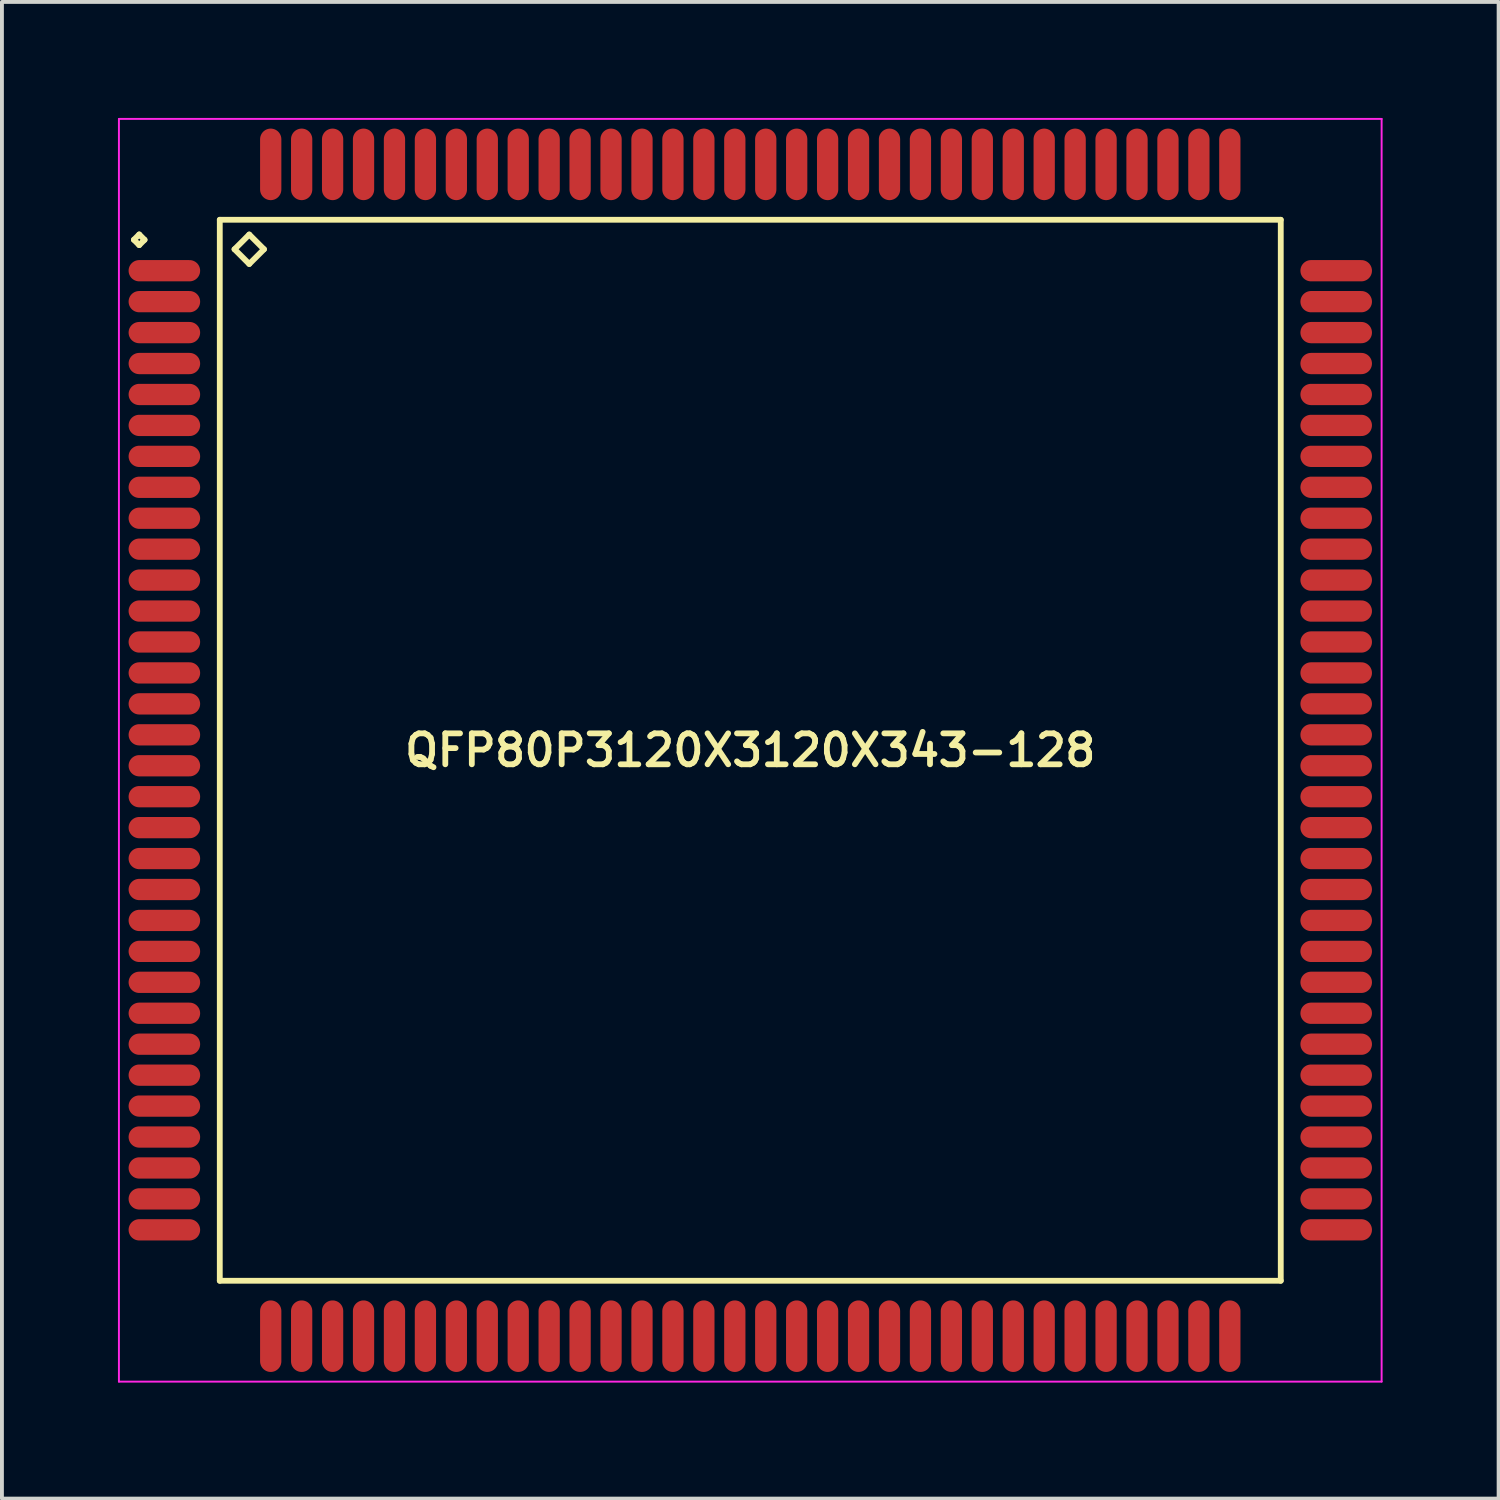
<source format=kicad_pcb>
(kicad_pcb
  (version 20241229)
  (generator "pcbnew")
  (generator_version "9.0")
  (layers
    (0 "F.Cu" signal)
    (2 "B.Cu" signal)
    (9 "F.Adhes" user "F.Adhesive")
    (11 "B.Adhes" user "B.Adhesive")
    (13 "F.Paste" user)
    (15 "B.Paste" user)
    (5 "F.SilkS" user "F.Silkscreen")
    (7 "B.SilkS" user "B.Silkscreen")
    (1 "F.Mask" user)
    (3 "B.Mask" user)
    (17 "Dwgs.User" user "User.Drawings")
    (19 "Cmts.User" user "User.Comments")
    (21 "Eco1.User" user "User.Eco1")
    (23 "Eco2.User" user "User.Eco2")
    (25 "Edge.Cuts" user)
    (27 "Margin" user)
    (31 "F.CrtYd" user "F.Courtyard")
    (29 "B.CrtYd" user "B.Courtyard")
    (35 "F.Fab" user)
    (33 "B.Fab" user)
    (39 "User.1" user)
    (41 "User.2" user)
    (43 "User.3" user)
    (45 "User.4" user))
  (footprint "QFP80P3120X3120X343-128"
    (layer "F.Cu")
    (at 16.35 16.35)
    (property "Reference" "QFP80P3120X3120X343-128" (at 0 0 0) (layer "F.SilkS") (effects (font (size 0.8 0.8) (thickness 0.15))))
    (attr smd)
    (fp_line (start -15.938 -13.2) (end -15.8 -13.338) (stroke (width 0.15) (type solid)) (layer "F.SilkS"))
    (fp_line (start -15.8 -13.338) (end -15.662 -13.2) (stroke (width 0.15) (type solid)) (layer "F.SilkS"))
    (fp_line (start -15.8 -13.062) (end -15.938 -13.2) (stroke (width 0.15) (type solid)) (layer "F.SilkS"))
    (fp_line (start -15.662 -13.2) (end -15.8 -13.062) (stroke (width 0.15) (type solid)) (layer "F.SilkS"))
    (fp_line (start -13.717 -13.717) (end -13.717 13.717) (stroke (width 0.15) (type solid)) (layer "F.SilkS"))
    (fp_line (start -13.717 13.717) (end 13.717 13.717) (stroke (width 0.15) (type solid)) (layer "F.SilkS"))
    (fp_line (start -13.336 -12.955) (end -12.955 -13.336) (stroke (width 0.15) (type solid)) (layer "F.SilkS"))
    (fp_line (start -12.955 -13.336) (end -12.574 -12.955) (stroke (width 0.15) (type solid)) (layer "F.SilkS"))
    (fp_line (start -12.955 -12.574) (end -13.336 -12.955) (stroke (width 0.15) (type solid)) (layer "F.SilkS"))
    (fp_line (start -12.574 -12.955) (end -12.955 -12.574) (stroke (width 0.15) (type solid)) (layer "F.SilkS"))
    (fp_line (start 13.717 -13.717) (end -13.717 -13.717) (stroke (width 0.15) (type solid)) (layer "F.SilkS"))
    (fp_line (start 13.717 13.717) (end 13.717 -13.717) (stroke (width 0.15) (type solid)) (layer "F.SilkS"))
    (fp_line (start -16.325 -16.325) (end 16.325 -16.325) (stroke (width 0.05) (type solid)) (layer "F.CrtYd"))
    (fp_line (start -16.325 16.325) (end -16.325 -16.325) (stroke (width 0.05) (type solid)) (layer "F.CrtYd"))
    (fp_line (start 16.325 -16.325) (end 16.325 16.325) (stroke (width 0.05) (type solid)) (layer "F.CrtYd"))
    (fp_line (start 16.325 16.325) (end -16.325 16.325) (stroke (width 0.05) (type solid)) (layer "F.CrtYd"))
    (pad "1" smd oval (at -15.15 -12.4) (size 1.85 0.55) (layers "F.Cu" "F.Mask" "F.Paste"))
    (pad "2" smd oval (at -15.15 -11.6) (size 1.85 0.55) (layers "F.Cu" "F.Mask" "F.Paste"))
    (pad "3" smd oval (at -15.15 -10.8) (size 1.85 0.55) (layers "F.Cu" "F.Mask" "F.Paste"))
    (pad "4" smd oval (at -15.15 -10) (size 1.85 0.55) (layers "F.Cu" "F.Mask" "F.Paste"))
    (pad "5" smd oval (at -15.15 -9.2) (size 1.85 0.55) (layers "F.Cu" "F.Mask" "F.Paste"))
    (pad "6" smd oval (at -15.15 -8.4) (size 1.85 0.55) (layers "F.Cu" "F.Mask" "F.Paste"))
    (pad "7" smd oval (at -15.15 -7.6) (size 1.85 0.55) (layers "F.Cu" "F.Mask" "F.Paste"))
    (pad "8" smd oval (at -15.15 -6.8) (size 1.85 0.55) (layers "F.Cu" "F.Mask" "F.Paste"))
    (pad "9" smd oval (at -15.15 -6) (size 1.85 0.55) (layers "F.Cu" "F.Mask" "F.Paste"))
    (pad "10" smd oval (at -15.15 -5.2) (size 1.85 0.55) (layers "F.Cu" "F.Mask" "F.Paste"))
    (pad "11" smd oval (at -15.15 -4.4) (size 1.85 0.55) (layers "F.Cu" "F.Mask" "F.Paste"))
    (pad "12" smd oval (at -15.15 -3.6) (size 1.85 0.55) (layers "F.Cu" "F.Mask" "F.Paste"))
    (pad "13" smd oval (at -15.15 -2.8) (size 1.85 0.55) (layers "F.Cu" "F.Mask" "F.Paste"))
    (pad "14" smd oval (at -15.15 -2) (size 1.85 0.55) (layers "F.Cu" "F.Mask" "F.Paste"))
    (pad "15" smd oval (at -15.15 -1.2) (size 1.85 0.55) (layers "F.Cu" "F.Mask" "F.Paste"))
    (pad "16" smd oval (at -15.15 -0.4) (size 1.85 0.55) (layers "F.Cu" "F.Mask" "F.Paste"))
    (pad "17" smd oval (at -15.15 0.4) (size 1.85 0.55) (layers "F.Cu" "F.Mask" "F.Paste"))
    (pad "18" smd oval (at -15.15 1.2) (size 1.85 0.55) (layers "F.Cu" "F.Mask" "F.Paste"))
    (pad "19" smd oval (at -15.15 2) (size 1.85 0.55) (layers "F.Cu" "F.Mask" "F.Paste"))
    (pad "20" smd oval (at -15.15 2.8) (size 1.85 0.55) (layers "F.Cu" "F.Mask" "F.Paste"))
    (pad "21" smd oval (at -15.15 3.6) (size 1.85 0.55) (layers "F.Cu" "F.Mask" "F.Paste"))
    (pad "22" smd oval (at -15.15 4.4) (size 1.85 0.55) (layers "F.Cu" "F.Mask" "F.Paste"))
    (pad "23" smd oval (at -15.15 5.2) (size 1.85 0.55) (layers "F.Cu" "F.Mask" "F.Paste"))
    (pad "24" smd oval (at -15.15 6) (size 1.85 0.55) (layers "F.Cu" "F.Mask" "F.Paste"))
    (pad "25" smd oval (at -15.15 6.8) (size 1.85 0.55) (layers "F.Cu" "F.Mask" "F.Paste"))
    (pad "26" smd oval (at -15.15 7.6) (size 1.85 0.55) (layers "F.Cu" "F.Mask" "F.Paste"))
    (pad "27" smd oval (at -15.15 8.4) (size 1.85 0.55) (layers "F.Cu" "F.Mask" "F.Paste"))
    (pad "28" smd oval (at -15.15 9.2) (size 1.85 0.55) (layers "F.Cu" "F.Mask" "F.Paste"))
    (pad "29" smd oval (at -15.15 10) (size 1.85 0.55) (layers "F.Cu" "F.Mask" "F.Paste"))
    (pad "30" smd oval (at -15.15 10.8) (size 1.85 0.55) (layers "F.Cu" "F.Mask" "F.Paste"))
    (pad "31" smd oval (at -15.15 11.6) (size 1.85 0.55) (layers "F.Cu" "F.Mask" "F.Paste"))
    (pad "32" smd oval (at -15.15 12.4) (size 1.85 0.55) (layers "F.Cu" "F.Mask" "F.Paste"))
    (pad "33" smd oval (at -12.4 15.15) (size 0.55 1.85) (layers "F.Cu" "F.Mask" "F.Paste"))
    (pad "34" smd oval (at -11.6 15.15) (size 0.55 1.85) (layers "F.Cu" "F.Mask" "F.Paste"))
    (pad "35" smd oval (at -10.8 15.15) (size 0.55 1.85) (layers "F.Cu" "F.Mask" "F.Paste"))
    (pad "36" smd oval (at -10 15.15) (size 0.55 1.85) (layers "F.Cu" "F.Mask" "F.Paste"))
    (pad "37" smd oval (at -9.2 15.15) (size 0.55 1.85) (layers "F.Cu" "F.Mask" "F.Paste"))
    (pad "38" smd oval (at -8.4 15.15) (size 0.55 1.85) (layers "F.Cu" "F.Mask" "F.Paste"))
    (pad "39" smd oval (at -7.6 15.15) (size 0.55 1.85) (layers "F.Cu" "F.Mask" "F.Paste"))
    (pad "40" smd oval (at -6.8 15.15) (size 0.55 1.85) (layers "F.Cu" "F.Mask" "F.Paste"))
    (pad "41" smd oval (at -6 15.15) (size 0.55 1.85) (layers "F.Cu" "F.Mask" "F.Paste"))
    (pad "42" smd oval (at -5.2 15.15) (size 0.55 1.85) (layers "F.Cu" "F.Mask" "F.Paste"))
    (pad "43" smd oval (at -4.4 15.15) (size 0.55 1.85) (layers "F.Cu" "F.Mask" "F.Paste"))
    (pad "44" smd oval (at -3.6 15.15) (size 0.55 1.85) (layers "F.Cu" "F.Mask" "F.Paste"))
    (pad "45" smd oval (at -2.8 15.15) (size 0.55 1.85) (layers "F.Cu" "F.Mask" "F.Paste"))
    (pad "46" smd oval (at -2 15.15) (size 0.55 1.85) (layers "F.Cu" "F.Mask" "F.Paste"))
    (pad "47" smd oval (at -1.2 15.15) (size 0.55 1.85) (layers "F.Cu" "F.Mask" "F.Paste"))
    (pad "48" smd oval (at -0.4 15.15) (size 0.55 1.85) (layers "F.Cu" "F.Mask" "F.Paste"))
    (pad "49" smd oval (at 0.4 15.15) (size 0.55 1.85) (layers "F.Cu" "F.Mask" "F.Paste"))
    (pad "50" smd oval (at 1.2 15.15) (size 0.55 1.85) (layers "F.Cu" "F.Mask" "F.Paste"))
    (pad "51" smd oval (at 2 15.15) (size 0.55 1.85) (layers "F.Cu" "F.Mask" "F.Paste"))
    (pad "52" smd oval (at 2.8 15.15) (size 0.55 1.85) (layers "F.Cu" "F.Mask" "F.Paste"))
    (pad "53" smd oval (at 3.6 15.15) (size 0.55 1.85) (layers "F.Cu" "F.Mask" "F.Paste"))
    (pad "54" smd oval (at 4.4 15.15) (size 0.55 1.85) (layers "F.Cu" "F.Mask" "F.Paste"))
    (pad "55" smd oval (at 5.2 15.15) (size 0.55 1.85) (layers "F.Cu" "F.Mask" "F.Paste"))
    (pad "56" smd oval (at 6 15.15) (size 0.55 1.85) (layers "F.Cu" "F.Mask" "F.Paste"))
    (pad "57" smd oval (at 6.8 15.15) (size 0.55 1.85) (layers "F.Cu" "F.Mask" "F.Paste"))
    (pad "58" smd oval (at 7.6 15.15) (size 0.55 1.85) (layers "F.Cu" "F.Mask" "F.Paste"))
    (pad "59" smd oval (at 8.4 15.15) (size 0.55 1.85) (layers "F.Cu" "F.Mask" "F.Paste"))
    (pad "60" smd oval (at 9.2 15.15) (size 0.55 1.85) (layers "F.Cu" "F.Mask" "F.Paste"))
    (pad "61" smd oval (at 10 15.15) (size 0.55 1.85) (layers "F.Cu" "F.Mask" "F.Paste"))
    (pad "62" smd oval (at 10.8 15.15) (size 0.55 1.85) (layers "F.Cu" "F.Mask" "F.Paste"))
    (pad "63" smd oval (at 11.6 15.15) (size 0.55 1.85) (layers "F.Cu" "F.Mask" "F.Paste"))
    (pad "64" smd oval (at 12.4 15.15) (size 0.55 1.85) (layers "F.Cu" "F.Mask" "F.Paste"))
    (pad "65" smd oval (at 15.15 12.4) (size 1.85 0.55) (layers "F.Cu" "F.Mask" "F.Paste"))
    (pad "66" smd oval (at 15.15 11.6) (size 1.85 0.55) (layers "F.Cu" "F.Mask" "F.Paste"))
    (pad "67" smd oval (at 15.15 10.8) (size 1.85 0.55) (layers "F.Cu" "F.Mask" "F.Paste"))
    (pad "68" smd oval (at 15.15 10) (size 1.85 0.55) (layers "F.Cu" "F.Mask" "F.Paste"))
    (pad "69" smd oval (at 15.15 9.2) (size 1.85 0.55) (layers "F.Cu" "F.Mask" "F.Paste"))
    (pad "70" smd oval (at 15.15 8.4) (size 1.85 0.55) (layers "F.Cu" "F.Mask" "F.Paste"))
    (pad "71" smd oval (at 15.15 7.6) (size 1.85 0.55) (layers "F.Cu" "F.Mask" "F.Paste"))
    (pad "72" smd oval (at 15.15 6.8) (size 1.85 0.55) (layers "F.Cu" "F.Mask" "F.Paste"))
    (pad "73" smd oval (at 15.15 6) (size 1.85 0.55) (layers "F.Cu" "F.Mask" "F.Paste"))
    (pad "74" smd oval (at 15.15 5.2) (size 1.85 0.55) (layers "F.Cu" "F.Mask" "F.Paste"))
    (pad "75" smd oval (at 15.15 4.4) (size 1.85 0.55) (layers "F.Cu" "F.Mask" "F.Paste"))
    (pad "76" smd oval (at 15.15 3.6) (size 1.85 0.55) (layers "F.Cu" "F.Mask" "F.Paste"))
    (pad "77" smd oval (at 15.15 2.8) (size 1.85 0.55) (layers "F.Cu" "F.Mask" "F.Paste"))
    (pad "78" smd oval (at 15.15 2) (size 1.85 0.55) (layers "F.Cu" "F.Mask" "F.Paste"))
    (pad "79" smd oval (at 15.15 1.2) (size 1.85 0.55) (layers "F.Cu" "F.Mask" "F.Paste"))
    (pad "80" smd oval (at 15.15 0.4) (size 1.85 0.55) (layers "F.Cu" "F.Mask" "F.Paste"))
    (pad "81" smd oval (at 15.15 -0.4) (size 1.85 0.55) (layers "F.Cu" "F.Mask" "F.Paste"))
    (pad "82" smd oval (at 15.15 -1.2) (size 1.85 0.55) (layers "F.Cu" "F.Mask" "F.Paste"))
    (pad "83" smd oval (at 15.15 -2) (size 1.85 0.55) (layers "F.Cu" "F.Mask" "F.Paste"))
    (pad "84" smd oval (at 15.15 -2.8) (size 1.85 0.55) (layers "F.Cu" "F.Mask" "F.Paste"))
    (pad "85" smd oval (at 15.15 -3.6) (size 1.85 0.55) (layers "F.Cu" "F.Mask" "F.Paste"))
    (pad "86" smd oval (at 15.15 -4.4) (size 1.85 0.55) (layers "F.Cu" "F.Mask" "F.Paste"))
    (pad "87" smd oval (at 15.15 -5.2) (size 1.85 0.55) (layers "F.Cu" "F.Mask" "F.Paste"))
    (pad "88" smd oval (at 15.15 -6) (size 1.85 0.55) (layers "F.Cu" "F.Mask" "F.Paste"))
    (pad "89" smd oval (at 15.15 -6.8) (size 1.85 0.55) (layers "F.Cu" "F.Mask" "F.Paste"))
    (pad "90" smd oval (at 15.15 -7.6) (size 1.85 0.55) (layers "F.Cu" "F.Mask" "F.Paste"))
    (pad "91" smd oval (at 15.15 -8.4) (size 1.85 0.55) (layers "F.Cu" "F.Mask" "F.Paste"))
    (pad "92" smd oval (at 15.15 -9.2) (size 1.85 0.55) (layers "F.Cu" "F.Mask" "F.Paste"))
    (pad "93" smd oval (at 15.15 -10) (size 1.85 0.55) (layers "F.Cu" "F.Mask" "F.Paste"))
    (pad "94" smd oval (at 15.15 -10.8) (size 1.85 0.55) (layers "F.Cu" "F.Mask" "F.Paste"))
    (pad "95" smd oval (at 15.15 -11.6) (size 1.85 0.55) (layers "F.Cu" "F.Mask" "F.Paste"))
    (pad "96" smd oval (at 15.15 -12.4) (size 1.85 0.55) (layers "F.Cu" "F.Mask" "F.Paste"))
    (pad "97" smd oval (at 12.4 -15.15) (size 0.55 1.85) (layers "F.Cu" "F.Mask" "F.Paste"))
    (pad "98" smd oval (at 11.6 -15.15) (size 0.55 1.85) (layers "F.Cu" "F.Mask" "F.Paste"))
    (pad "99" smd oval (at 10.8 -15.15) (size 0.55 1.85) (layers "F.Cu" "F.Mask" "F.Paste"))
    (pad "100" smd oval (at 10 -15.15) (size 0.55 1.85) (layers "F.Cu" "F.Mask" "F.Paste"))
    (pad "101" smd oval (at 9.2 -15.15) (size 0.55 1.85) (layers "F.Cu" "F.Mask" "F.Paste"))
    (pad "102" smd oval (at 8.4 -15.15) (size 0.55 1.85) (layers "F.Cu" "F.Mask" "F.Paste"))
    (pad "103" smd oval (at 7.6 -15.15) (size 0.55 1.85) (layers "F.Cu" "F.Mask" "F.Paste"))
    (pad "104" smd oval (at 6.8 -15.15) (size 0.55 1.85) (layers "F.Cu" "F.Mask" "F.Paste"))
    (pad "105" smd oval (at 6 -15.15) (size 0.55 1.85) (layers "F.Cu" "F.Mask" "F.Paste"))
    (pad "106" smd oval (at 5.2 -15.15) (size 0.55 1.85) (layers "F.Cu" "F.Mask" "F.Paste"))
    (pad "107" smd oval (at 4.4 -15.15) (size 0.55 1.85) (layers "F.Cu" "F.Mask" "F.Paste"))
    (pad "108" smd oval (at 3.6 -15.15) (size 0.55 1.85) (layers "F.Cu" "F.Mask" "F.Paste"))
    (pad "109" smd oval (at 2.8 -15.15) (size 0.55 1.85) (layers "F.Cu" "F.Mask" "F.Paste"))
    (pad "110" smd oval (at 2 -15.15) (size 0.55 1.85) (layers "F.Cu" "F.Mask" "F.Paste"))
    (pad "111" smd oval (at 1.2 -15.15) (size 0.55 1.85) (layers "F.Cu" "F.Mask" "F.Paste"))
    (pad "112" smd oval (at 0.4 -15.15) (size 0.55 1.85) (layers "F.Cu" "F.Mask" "F.Paste"))
    (pad "113" smd oval (at -0.4 -15.15) (size 0.55 1.85) (layers "F.Cu" "F.Mask" "F.Paste"))
    (pad "114" smd oval (at -1.2 -15.15) (size 0.55 1.85) (layers "F.Cu" "F.Mask" "F.Paste"))
    (pad "115" smd oval (at -2 -15.15) (size 0.55 1.85) (layers "F.Cu" "F.Mask" "F.Paste"))
    (pad "116" smd oval (at -2.8 -15.15) (size 0.55 1.85) (layers "F.Cu" "F.Mask" "F.Paste"))
    (pad "117" smd oval (at -3.6 -15.15) (size 0.55 1.85) (layers "F.Cu" "F.Mask" "F.Paste"))
    (pad "118" smd oval (at -4.4 -15.15) (size 0.55 1.85) (layers "F.Cu" "F.Mask" "F.Paste"))
    (pad "119" smd oval (at -5.2 -15.15) (size 0.55 1.85) (layers "F.Cu" "F.Mask" "F.Paste"))
    (pad "120" smd oval (at -6 -15.15) (size 0.55 1.85) (layers "F.Cu" "F.Mask" "F.Paste"))
    (pad "121" smd oval (at -6.8 -15.15) (size 0.55 1.85) (layers "F.Cu" "F.Mask" "F.Paste"))
    (pad "122" smd oval (at -7.6 -15.15) (size 0.55 1.85) (layers "F.Cu" "F.Mask" "F.Paste"))
    (pad "123" smd oval (at -8.4 -15.15) (size 0.55 1.85) (layers "F.Cu" "F.Mask" "F.Paste"))
    (pad "124" smd oval (at -9.2 -15.15) (size 0.55 1.85) (layers "F.Cu" "F.Mask" "F.Paste"))
    (pad "125" smd oval (at -10 -15.15) (size 0.55 1.85) (layers "F.Cu" "F.Mask" "F.Paste"))
    (pad "126" smd oval (at -10.8 -15.15) (size 0.55 1.85) (layers "F.Cu" "F.Mask" "F.Paste"))
    (pad "127" smd oval (at -11.6 -15.15) (size 0.55 1.85) (layers "F.Cu" "F.Mask" "F.Paste"))
    (pad "128" smd oval (at -12.4 -15.15) (size 0.55 1.85) (layers "F.Cu" "F.Mask" "F.Paste")))
  (gr_rect
    (start -3 -3)
    (end 35.7 35.7)
    (stroke (width 0.1) (type default))
    (fill no)
    (layer "Edge.Cuts")))
</source>
